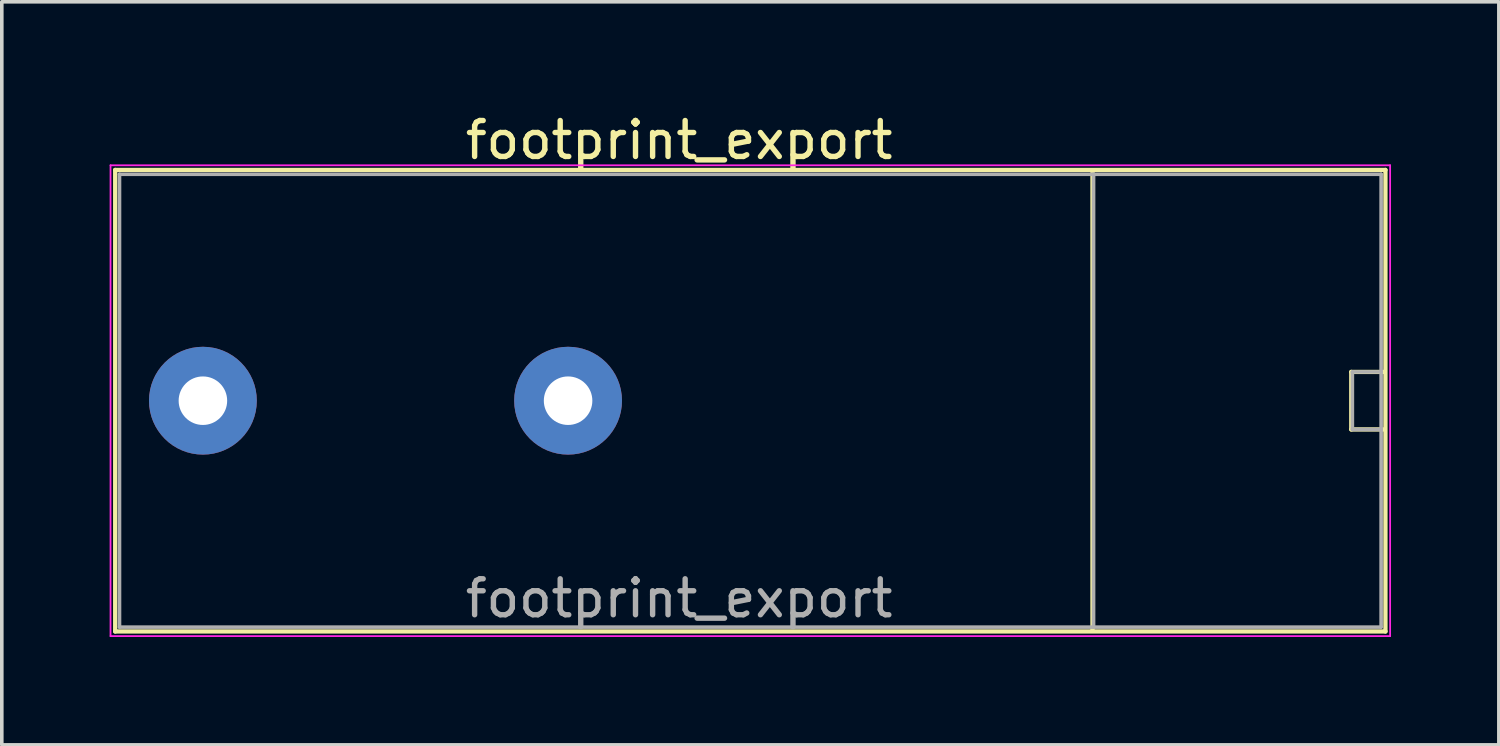
<source format=kicad_pcb>
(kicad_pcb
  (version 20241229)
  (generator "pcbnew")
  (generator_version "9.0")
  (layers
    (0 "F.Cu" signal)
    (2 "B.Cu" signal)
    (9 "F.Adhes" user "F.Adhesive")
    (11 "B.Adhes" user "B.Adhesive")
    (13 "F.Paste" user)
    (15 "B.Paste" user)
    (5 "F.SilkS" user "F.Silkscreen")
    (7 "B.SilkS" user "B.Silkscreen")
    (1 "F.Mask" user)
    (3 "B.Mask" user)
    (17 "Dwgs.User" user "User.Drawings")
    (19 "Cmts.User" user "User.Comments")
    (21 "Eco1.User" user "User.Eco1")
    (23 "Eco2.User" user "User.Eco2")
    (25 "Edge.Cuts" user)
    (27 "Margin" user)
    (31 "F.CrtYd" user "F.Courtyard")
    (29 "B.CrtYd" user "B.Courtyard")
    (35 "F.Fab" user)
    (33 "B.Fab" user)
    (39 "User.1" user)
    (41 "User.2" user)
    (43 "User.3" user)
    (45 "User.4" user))
  (footprint "footprint_export"
    (layer "F.Cu")
    (at 2.595 8.098)
    (property "Reference" "footprint_export" (at 13.25 -7.25 0) (layer "F.SilkS") (effects (font (size 1 1) (thickness 0.15))))
    (attr through_hole)
    (fp_line (start -2.44 -6.42) (end -2.44 6.42) (stroke (width 0.12) (type solid)) (layer "F.SilkS"))
    (fp_line (start -2.44 -6.42) (end 32.9 -6.42) (stroke (width 0.12) (type solid)) (layer "F.SilkS"))
    (fp_line (start 24.75 -6.4) (end 24.75 6.4) (stroke (width 0.12) (type solid)) (layer "F.SilkS"))
    (fp_line (start 31.95 -0.8) (end 31.95 0.8) (stroke (width 0.12) (type solid)) (layer "F.SilkS"))
    (fp_line (start 31.95 0.8) (end 32.85 0.8) (stroke (width 0.12) (type solid)) (layer "F.SilkS"))
    (fp_line (start 32.85 -0.8) (end 31.95 -0.8) (stroke (width 0.12) (type solid)) (layer "F.SilkS"))
    (fp_line (start 32.9 6.42) (end -2.44 6.42) (stroke (width 0.12) (type solid)) (layer "F.SilkS"))
    (fp_line (start 32.9 6.42) (end 32.9 -6.42) (stroke (width 0.12) (type solid)) (layer "F.SilkS"))
    (fp_line (start -2.57 -6.55) (end -2.57 6.55) (stroke (width 0.05) (type solid)) (layer "F.CrtYd"))
    (fp_line (start -2.57 -6.55) (end 33.03 -6.55) (stroke (width 0.05) (type solid)) (layer "F.CrtYd"))
    (fp_line (start 33.03 6.55) (end -2.57 6.55) (stroke (width 0.05) (type solid)) (layer "F.CrtYd"))
    (fp_line (start 33.03 6.55) (end 33.03 -6.55) (stroke (width 0.05) (type solid)) (layer "F.CrtYd"))
    (fp_line (start -2.32 6.3) (end -2.32 -6.3) (stroke (width 0.1) (type solid)) (layer "F.Fab"))
    (fp_line (start -2.32 6.3) (end 32.78 6.3) (stroke (width 0.1) (type solid)) (layer "F.Fab"))
    (fp_line (start 24.78 6.3) (end 24.78 -6.3) (stroke (width 0.1) (type solid)) (layer "F.Fab"))
    (fp_line (start 31.98 -0.8) (end 31.98 0.8) (stroke (width 0.1) (type solid)) (layer "F.Fab"))
    (fp_line (start 31.98 0.8) (end 32.78 0.8) (stroke (width 0.1) (type solid)) (layer "F.Fab"))
    (fp_line (start 32.78 -6.3) (end -2.32 -6.3) (stroke (width 0.1) (type solid)) (layer "F.Fab"))
    (fp_line (start 32.78 -0.8) (end 31.98 -0.8) (stroke (width 0.1) (type solid)) (layer "F.Fab"))
    (fp_line (start 32.78 6.3) (end 32.78 -6.3) (stroke (width 0.1) (type solid)) (layer "F.Fab"))
    (fp_text user "${REFERENCE}" (at 13.25 5.5 0) (layer "F.Fab") (effects (font (size 1 1) (thickness 0.15))))
    (pad "1" thru_hole circle (at 0 0) (size 3 3) (drill 1.35) (layers "*.Cu" "*.Mask"))
    (pad "2" thru_hole circle (at 10.16 0) (size 3 3) (drill 1.35) (layers "*.Cu" "*.Mask")))
  (gr_rect
    (start -3 -3)
    (end 38.65 17.673)
    (stroke (width 0.1) (type default))
    (fill no)
    (layer "Edge.Cuts")))
</source>
